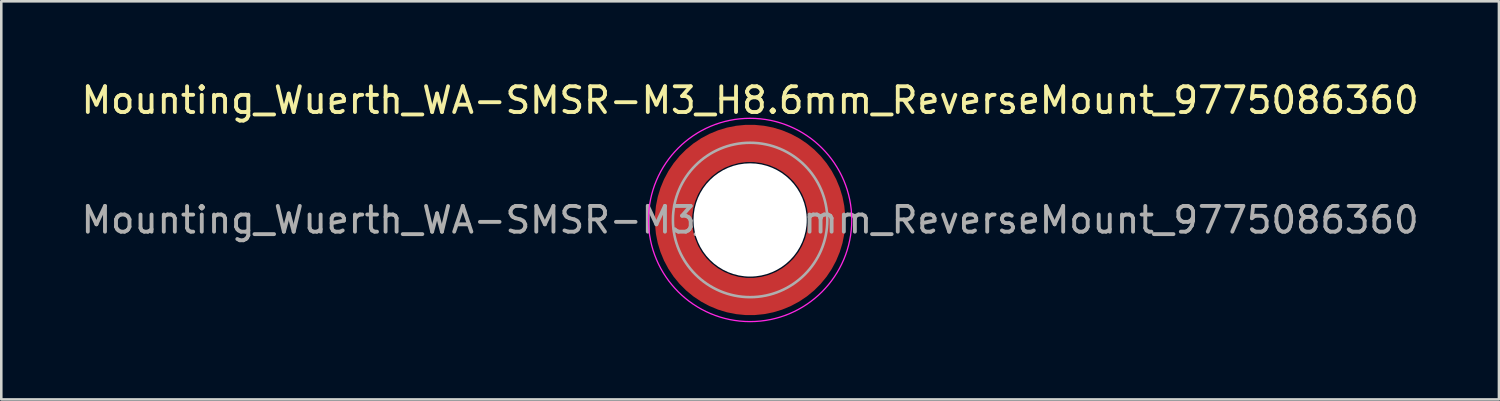
<source format=kicad_pcb>
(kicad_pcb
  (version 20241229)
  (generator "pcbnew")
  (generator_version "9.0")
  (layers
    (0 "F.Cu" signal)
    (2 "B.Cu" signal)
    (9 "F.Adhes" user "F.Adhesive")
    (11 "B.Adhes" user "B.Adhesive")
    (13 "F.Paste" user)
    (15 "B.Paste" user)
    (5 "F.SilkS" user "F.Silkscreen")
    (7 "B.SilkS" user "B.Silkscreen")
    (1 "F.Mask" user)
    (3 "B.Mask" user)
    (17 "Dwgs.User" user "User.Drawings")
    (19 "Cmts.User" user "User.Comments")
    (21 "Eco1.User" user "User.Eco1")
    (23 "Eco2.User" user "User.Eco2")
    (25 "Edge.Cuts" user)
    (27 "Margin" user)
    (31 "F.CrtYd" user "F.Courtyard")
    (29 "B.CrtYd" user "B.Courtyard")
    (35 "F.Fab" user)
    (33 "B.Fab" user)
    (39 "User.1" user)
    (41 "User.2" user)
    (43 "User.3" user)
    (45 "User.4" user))
  (footprint "Mounting_Wuerth_WA-SMSR-M3_H8.6mm_ReverseMount_9775086360"
    (layer "F.Cu")
    (at 26.101 5.498)
    (property "Reference" "Mounting_Wuerth_WA-SMSR-M3_H8.6mm_ReverseMount_9775086360" (at 0 -4.65 0) (layer "F.SilkS") (effects (font (size 1 1) (thickness 0.15))))
    (attr smd allow_soldermask_bridges)
    (fp_circle (center 0 0) (end 3.95 0) (stroke (width 0.05) (type solid)) (fill no) (layer "F.CrtYd"))
    (fp_circle (center 0 0) (end 3 0) (stroke (width 0.1) (type solid)) (fill no) (layer "F.Fab"))
    (fp_text user "${REFERENCE}" (at 0 0 0) (layer "F.Fab") (effects (font (size 1 1) (thickness 0.15))))
    (pad "" smd custom (at -2.095 -2.095) (size 0.672 0.672) (layers "F.Paste") (options (anchor circle)) (primitives (gr_arc (start -0.24231 1.594804) (mid 0.404819 0.404819) (end 1.594804 -0.24231) (width 0.2)) (gr_arc (start -0.3398 1.594804) (mid 0.337349 0.337349) (end 1.594804 -0.3398) (width 0.2)) (gr_arc (start -0.437132 1.594804) (mid 0.269879 0.269879) (end 1.594804 -0.437132) (width 0.2)) (gr_arc (start -0.534324 1.594804) (mid 0.202409 0.202409) (end 1.594804 -0.534324) (width 0.2)) (gr_arc (start -0.631391 1.594804) (mid 0.13494 0.13494) (end 1.594804 -0.631391) (width 0.2)) (gr_arc (start -0.728345 1.594804) (mid 0.06747 0.06747) (end 1.594804 -0.728345) (width 0.2)) (gr_arc (start -0.825197 1.594804) (mid 0 0) (end 1.594804 -0.825197) (width 0.2)) (gr_arc (start -0.921958 1.594804) (mid -0.06747 -0.06747) (end 1.594804 -0.921958) (width 0.2)) (gr_arc (start -1.018637 1.594804) (mid -0.13494 -0.13494) (end 1.594804 -1.018637) (width 0.2)) (gr_arc (start -1.115239 1.594804) (mid -0.202409 -0.202409) (end 1.594804 -1.115239) (width 0.2)) (gr_arc (start -1.211773 1.594804) (mid -0.269879 -0.269879) (end 1.594804 -1.211773) (width 0.2)) (gr_arc (start -1.308244 1.594804) (mid -0.337349 -0.337349) (end 1.594804 -1.308244) (width 0.2)) (gr_arc (start -1.404657 1.594804) (mid -0.404819 -0.404819) (end 1.594804 -1.404657) (width 0.2)) (gr_arc (start -1.404657 1.594804) (mid -0.404819 -0.404819) (end 1.594804 -1.404657) (width 0.2)) (gr_line (start 1.595 -0.242) (end 1.595 -1.405) (width 0.2)) (gr_line (start -0.242 1.595) (end -1.405 1.595) (width 0.2))))
    (pad "" smd custom (at -2.095 2.095) (size 0.672 0.672) (layers "F.Paste") (options (anchor circle)) (primitives (gr_arc (start 1.594804 0.24231) (mid 0.404819 -0.404819) (end -0.24231 -1.594804) (width 0.2)) (gr_arc (start 1.594804 0.3398) (mid 0.337349 -0.337349) (end -0.3398 -1.594804) (width 0.2)) (gr_arc (start 1.594804 0.437132) (mid 0.269879 -0.269879) (end -0.437132 -1.594804) (width 0.2)) (gr_arc (start 1.594804 0.534324) (mid 0.202409 -0.202409) (end -0.534324 -1.594804) (width 0.2)) (gr_arc (start 1.594804 0.631391) (mid 0.13494 -0.13494) (end -0.631391 -1.594804) (width 0.2)) (gr_arc (start 1.594804 0.728345) (mid 0.06747 -0.06747) (end -0.728345 -1.594804) (width 0.2)) (gr_arc (start 1.594804 0.825197) (mid 0 0) (end -0.825197 -1.594804) (width 0.2)) (gr_arc (start 1.594804 0.921958) (mid -0.06747 0.06747) (end -0.921958 -1.594804) (width 0.2)) (gr_arc (start 1.594804 1.018637) (mid -0.13494 0.13494) (end -1.018637 -1.594804) (width 0.2)) (gr_arc (start 1.594804 1.115239) (mid -0.202409 0.202409) (end -1.115239 -1.594804) (width 0.2)) (gr_arc (start 1.594804 1.211773) (mid -0.269879 0.269879) (end -1.211773 -1.594804) (width 0.2)) (gr_arc (start 1.594804 1.308244) (mid -0.337349 0.337349) (end -1.308244 -1.594804) (width 0.2)) (gr_arc (start 1.594804 1.404657) (mid -0.404819 0.404819) (end -1.404657 -1.594804) (width 0.2)) (gr_arc (start 1.594804 1.404657) (mid -0.404819 0.404819) (end -1.404657 -1.594804) (width 0.2)) (gr_line (start -0.242 -1.595) (end -1.405 -1.595) (width 0.2)) (gr_line (start 1.595 0.242) (end 1.595 1.405) (width 0.2))))
    (pad "" np_thru_hole circle (at 0 0) (size 4.4 4.4) (drill 4.4) (layers "*.Cu" "*.Mask"))
    (pad "" smd custom (at 2.095 -2.095) (size 0.672 0.672) (layers "F.Paste") (options (anchor circle)) (primitives (gr_arc (start -1.594804 -0.24231) (mid -0.404819 0.404819) (end 0.24231 1.594804) (width 0.2)) (gr_arc (start -1.594804 -0.3398) (mid -0.337349 0.337349) (end 0.3398 1.594804) (width 0.2)) (gr_arc (start -1.594804 -0.437132) (mid -0.269879 0.269879) (end 0.437132 1.594804) (width 0.2)) (gr_arc (start -1.594804 -0.534324) (mid -0.202409 0.202409) (end 0.534324 1.594804) (width 0.2)) (gr_arc (start -1.594804 -0.631391) (mid -0.13494 0.13494) (end 0.631391 1.594804) (width 0.2)) (gr_arc (start -1.594804 -0.728345) (mid -0.06747 0.06747) (end 0.728345 1.594804) (width 0.2)) (gr_arc (start -1.594804 -0.825197) (mid 0 0) (end 0.825197 1.594804) (width 0.2)) (gr_arc (start -1.594804 -0.921958) (mid 0.06747 -0.06747) (end 0.921958 1.594804) (width 0.2)) (gr_arc (start -1.594804 -1.018637) (mid 0.13494 -0.13494) (end 1.018637 1.594804) (width 0.2)) (gr_arc (start -1.594804 -1.115239) (mid 0.202409 -0.202409) (end 1.115239 1.594804) (width 0.2)) (gr_arc (start -1.594804 -1.211773) (mid 0.269879 -0.269879) (end 1.211773 1.594804) (width 0.2)) (gr_arc (start -1.594804 -1.308244) (mid 0.337349 -0.337349) (end 1.308244 1.594804) (width 0.2)) (gr_arc (start -1.594804 -1.404657) (mid 0.404819 -0.404819) (end 1.404657 1.594804) (width 0.2)) (gr_arc (start -1.594804 -1.404657) (mid 0.404819 -0.404819) (end 1.404657 1.594804) (width 0.2)) (gr_line (start 0.242 1.595) (end 1.405 1.595) (width 0.2)) (gr_line (start -1.595 -0.242) (end -1.595 -1.405) (width 0.2))))
    (pad "" smd custom (at 2.095 2.095) (size 0.672 0.672) (layers "F.Paste") (options (anchor circle)) (primitives (gr_arc (start 0.24231 -1.594804) (mid -0.404819 -0.404819) (end -1.594804 0.24231) (width 0.2)) (gr_arc (start 0.3398 -1.594804) (mid -0.337349 -0.337349) (end -1.594804 0.3398) (width 0.2)) (gr_arc (start 0.437132 -1.594804) (mid -0.269879 -0.269879) (end -1.594804 0.437132) (width 0.2)) (gr_arc (start 0.534324 -1.594804) (mid -0.202409 -0.202409) (end -1.594804 0.534324) (width 0.2)) (gr_arc (start 0.631391 -1.594804) (mid -0.13494 -0.13494) (end -1.594804 0.631391) (width 0.2)) (gr_arc (start 0.728345 -1.594804) (mid -0.06747 -0.06747) (end -1.594804 0.728345) (width 0.2)) (gr_arc (start 0.825197 -1.594804) (mid 0 0) (end -1.594804 0.825197) (width 0.2)) (gr_arc (start 0.921958 -1.594804) (mid 0.06747 0.06747) (end -1.594804 0.921958) (width 0.2)) (gr_arc (start 1.018637 -1.594804) (mid 0.13494 0.13494) (end -1.594804 1.018637) (width 0.2)) (gr_arc (start 1.115239 -1.594804) (mid 0.202409 0.202409) (end -1.594804 1.115239) (width 0.2)) (gr_arc (start 1.211773 -1.594804) (mid 0.269879 0.269879) (end -1.594804 1.211773) (width 0.2)) (gr_arc (start 1.308244 -1.594804) (mid 0.337349 0.337349) (end -1.594804 1.308244) (width 0.2)) (gr_arc (start 1.404657 -1.594804) (mid 0.404819 0.404819) (end -1.594804 1.404657) (width 0.2)) (gr_arc (start 1.404657 -1.594804) (mid 0.404819 0.404819) (end -1.594804 1.404657) (width 0.2)) (gr_line (start -1.595 0.242) (end -1.595 1.405) (width 0.2)) (gr_line (start 0.242 -1.595) (end 1.405 -1.595) (width 0.2))))
    (pad "1" smd circle (at -2.975 0) (size 0.942 0.942) (layers "F.Cu"))
    (pad "1" smd circle (at 0 -2.975) (size 0.942 0.942) (layers "F.Cu"))
    (pad "1" smd circle (at 0 2.975) (size 0.942 0.942) (layers "F.Cu"))
    (pad "1" smd custom (at 2.975 0) (size 1.45 1.45) (layers "F.Cu" "F.Mask") (options (anchor circle)) (primitives (gr_circle (center -2.975 0) (end 0 0) (width 1.45) (fill no)))))
  (gr_rect
    (start -3 -3)
    (end 55.202 12.473)
    (stroke (width 0.1) (type default))
    (fill no)
    (layer "Edge.Cuts")))
</source>
